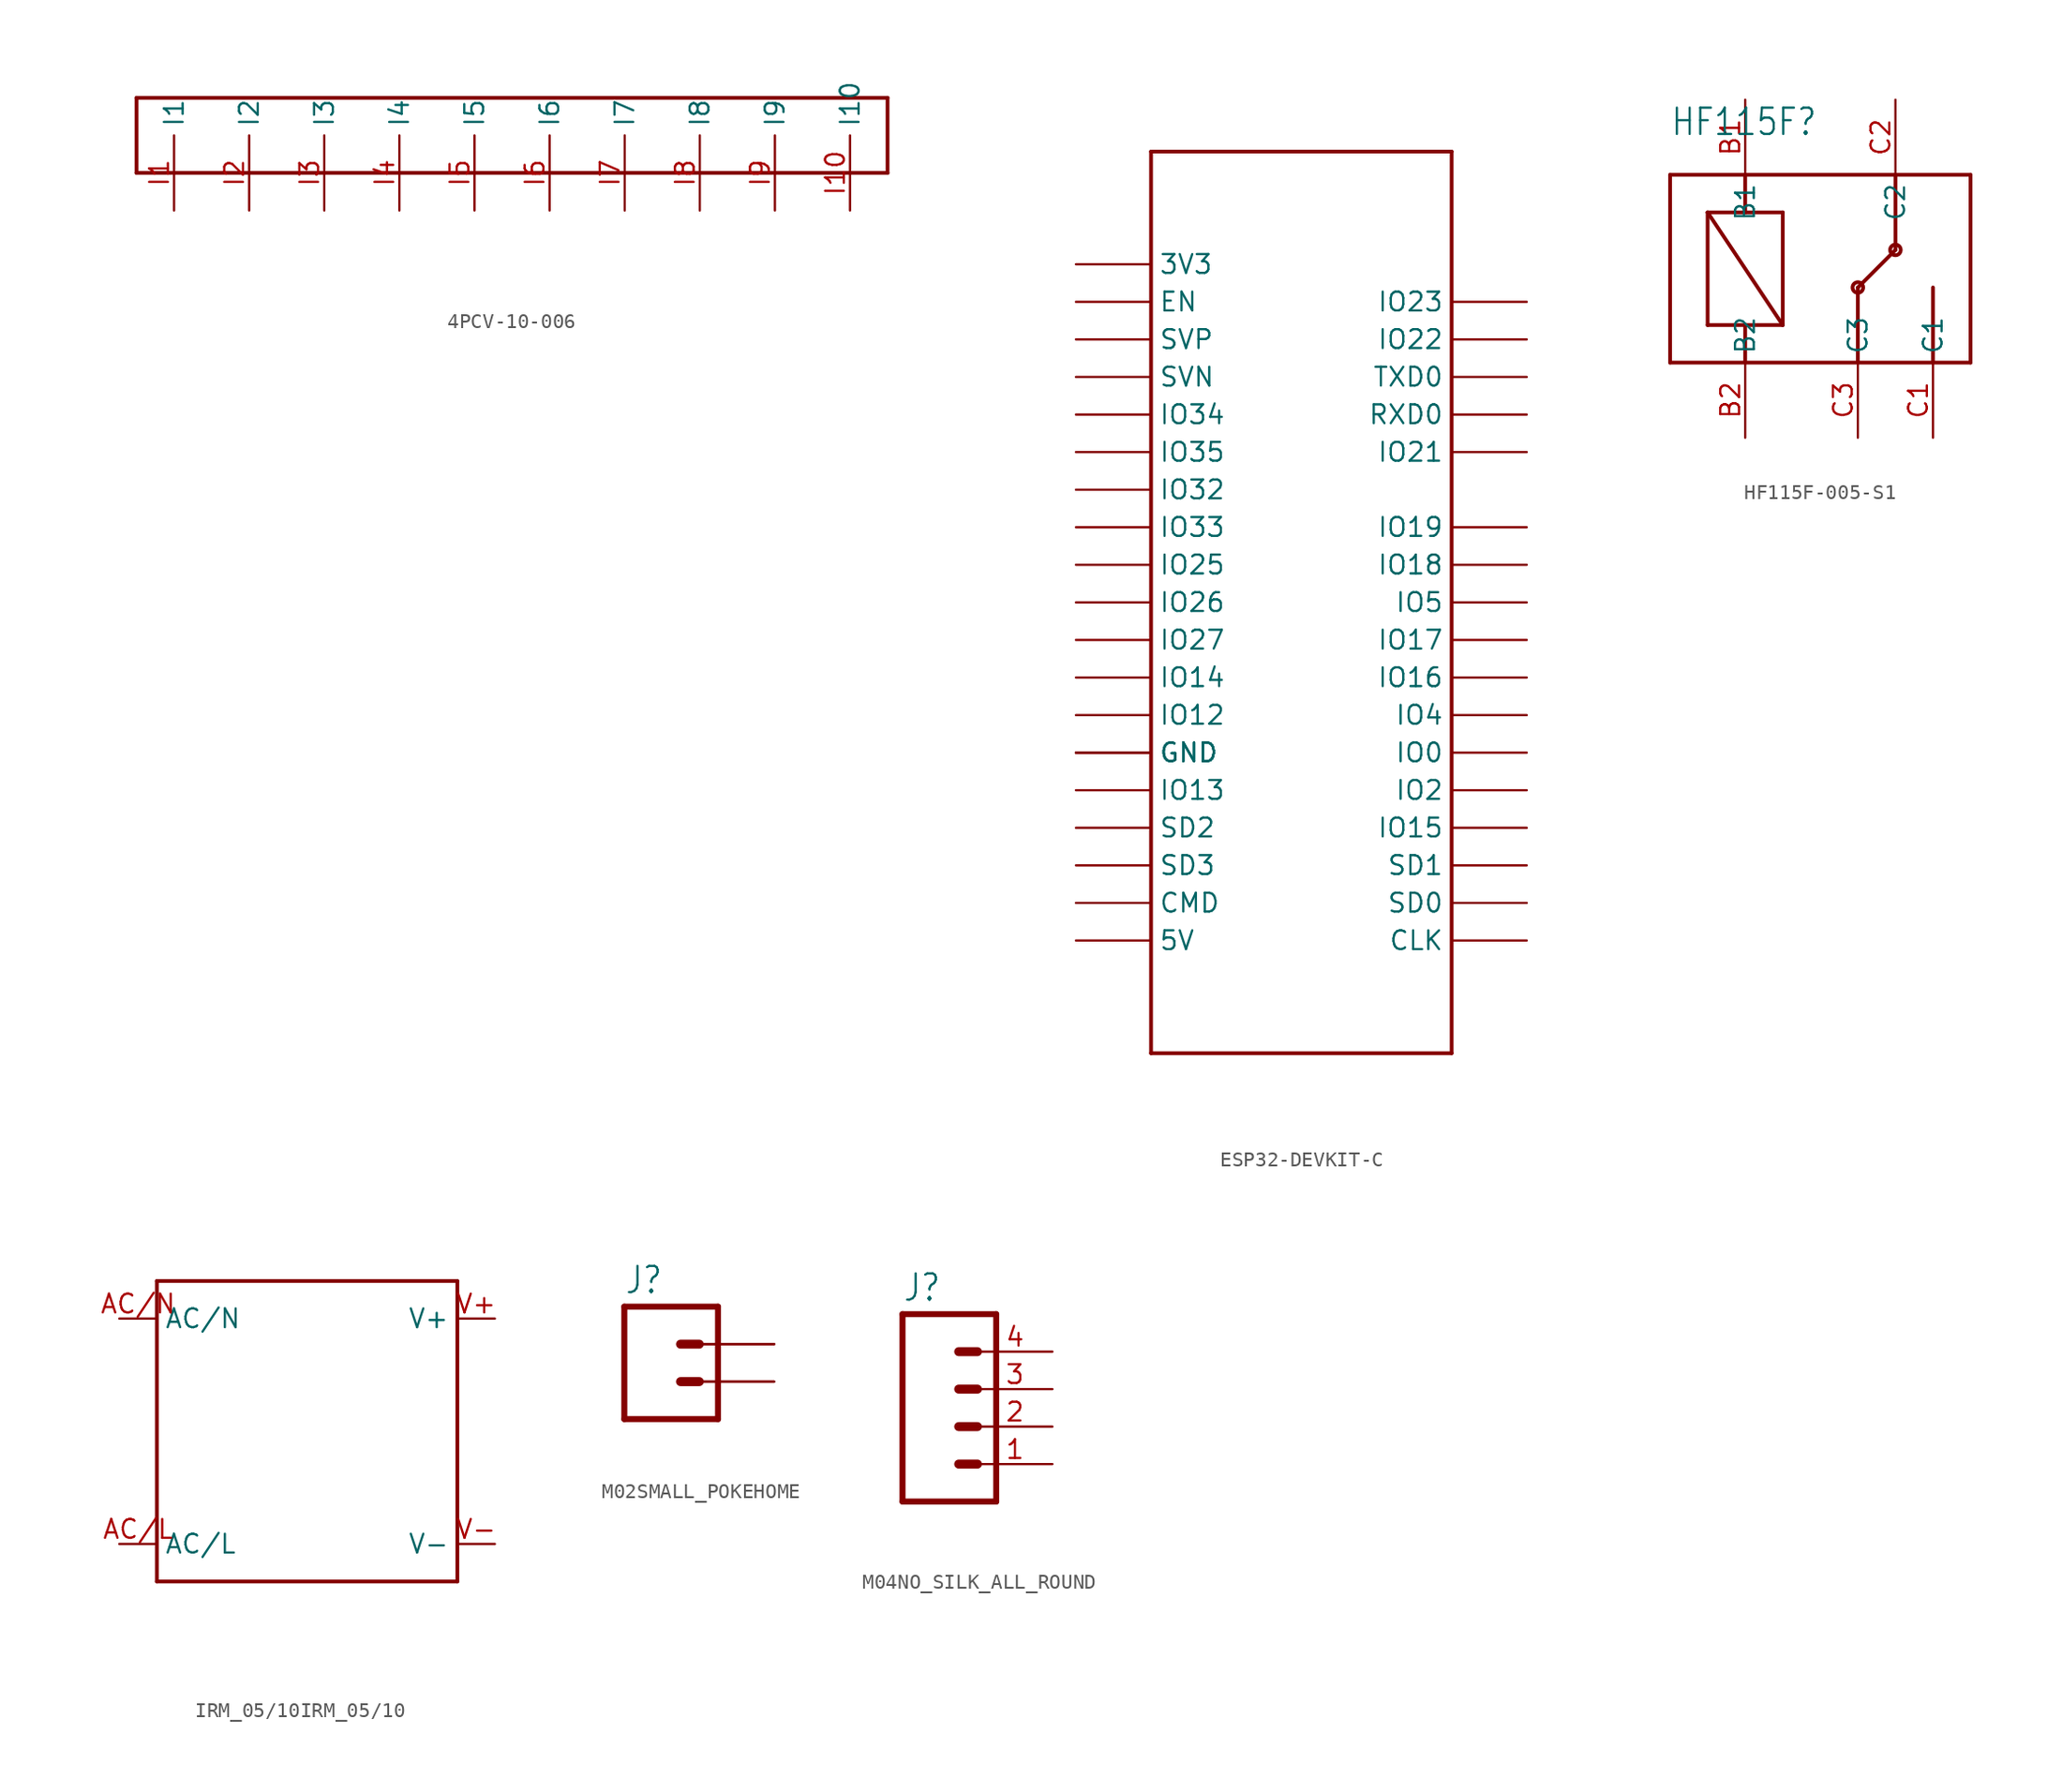
<source format=kicad_sym>
(kicad_symbol_lib
  (version 20220914)
  (generator kicad_symbol_editor)
  (symbol "4PCV-10-006"
    (property "Reference" ""
      (at -25.4 2.54 0)
      (effects (font (size 1.778 1.511)) (justify left bottom) hide))
    (property "Value" ""
      (at -25.4 -12.7 0)
      (effects (font (size 1.778 1.511)) (justify left bottom)))
    (property "ki_locked" ""
      (at 0 0 0)
      (effects (font (size 1.27 1.27))))
    (symbol "4PCV-10-006_1_0"
      (polyline (pts (xy -25.4 -5.08) (xy -25.4 0)) (stroke (width 0.254) (type solid)) (fill (type none)))
      (polyline (pts (xy -25.4 0) (xy 25.4 0)) (stroke (width 0.254) (type solid)) (fill (type none)))
      (polyline (pts (xy 25.4 -5.08) (xy -25.4 -5.08)) (stroke (width 0.254) (type solid)) (fill (type none)))
      (polyline (pts (xy 25.4 0) (xy 25.4 -5.08)) (stroke (width 0.254) (type solid)) (fill (type none)))
      (pin bidirectional line (at -22.86 -7.62 90) (length 5.08) (name "I1" (effects (font (size 1.27 1.27)))) (number "I1" (effects (font (size 1.27 1.27)))))
      (pin bidirectional line (at 22.86 -7.62 90) (length 5.08) (name "I10" (effects (font (size 1.27 1.27)))) (number "I10" (effects (font (size 1.27 1.27)))))
      (pin bidirectional line (at -17.78 -7.62 90) (length 5.08) (name "I2" (effects (font (size 1.27 1.27)))) (number "I2" (effects (font (size 1.27 1.27)))))
      (pin bidirectional line (at -12.7 -7.62 90) (length 5.08) (name "I3" (effects (font (size 1.27 1.27)))) (number "I3" (effects (font (size 1.27 1.27)))))
      (pin bidirectional line (at -7.62 -7.62 90) (length 5.08) (name "I4" (effects (font (size 1.27 1.27)))) (number "I4" (effects (font (size 1.27 1.27)))))
      (pin bidirectional line (at -2.54 -7.62 90) (length 5.08) (name "I5" (effects (font (size 1.27 1.27)))) (number "I5" (effects (font (size 1.27 1.27)))))
      (pin bidirectional line (at 2.54 -7.62 90) (length 5.08) (name "I6" (effects (font (size 1.27 1.27)))) (number "I6" (effects (font (size 1.27 1.27)))))
      (pin bidirectional line (at 7.62 -7.62 90) (length 5.08) (name "I7" (effects (font (size 1.27 1.27)))) (number "I7" (effects (font (size 1.27 1.27)))))
      (pin bidirectional line (at 12.7 -7.62 90) (length 5.08) (name "I8" (effects (font (size 1.27 1.27)))) (number "I8" (effects (font (size 1.27 1.27)))))
      (pin bidirectional line (at 17.78 -7.62 90) (length 5.08) (name "I9" (effects (font (size 1.27 1.27)))) (number "I9" (effects (font (size 1.27 1.27)))))))
  (symbol "ESP32-DEVKIT-C"
    (property "Reference" ""
      (at 0 5.08 0)
      (effects (font (size 1.778 1.511)) (justify left bottom) hide))
    (property "Value" ""
      (at 0 -50.8 0)
      (effects (font (size 1.778 1.511)) (justify left bottom)))
    (property "ki_locked" ""
      (at 0 0 0)
      (effects (font (size 1.27 1.27))))
    (symbol "ESP32-DEVKIT-C_1_0"
      (polyline (pts (xy -2.54 -53.34) (xy -2.54 7.62)) (stroke (width 0.254) (type solid)) (fill (type none)))
      (polyline (pts (xy -2.54 7.62) (xy 17.78 7.62)) (stroke (width 0.254) (type solid)) (fill (type none)))
      (polyline (pts (xy 17.78 -53.34) (xy -2.54 -53.34)) (stroke (width 0.254) (type solid)) (fill (type none)))
      (polyline (pts (xy 17.78 7.62) (xy 17.78 -53.34)) (stroke (width 0.254) (type solid)) (fill (type none)))
      (pin bidirectional line (at -7.62 0 0) (length 5.08) (name "3V3" (effects (font (size 1.27 1.27)))) (number "3V3" (effects (font (size 0 0)))))
      (pin bidirectional line (at -7.62 -45.72 0) (length 5.08) (name "5V" (effects (font (size 1.27 1.27)))) (number "5V" (effects (font (size 0 0)))))
      (pin bidirectional line (at 22.86 -45.72 180) (length 5.08) (name "CLK" (effects (font (size 1.27 1.27)))) (number "CLK" (effects (font (size 0 0)))))
      (pin bidirectional line (at -7.62 -43.18 0) (length 5.08) (name "CMD" (effects (font (size 1.27 1.27)))) (number "CMD" (effects (font (size 0 0)))))
      (pin bidirectional line (at -7.62 -2.54 0) (length 5.08) (name "EN" (effects (font (size 1.27 1.27)))) (number "EN" (effects (font (size 0 0)))))
      (pin bidirectional line (at -7.62 -33.02 0) (length 5.08) (name "GND" (effects (font (size 1.27 1.27)))) (number "GND" (effects (font (size 0 0)))))
      (pin bidirectional line (at -7.62 -33.02 0) (length 5.08) (name "GND" (effects (font (size 1.27 1.27)))) (number "GND2" (effects (font (size 0 0)))))
      (pin bidirectional line (at -7.62 -33.02 0) (length 5.08) (name "GND" (effects (font (size 1.27 1.27)))) (number "GND3" (effects (font (size 0 0)))))
      (pin bidirectional line (at 22.86 -33.02 180) (length 5.08) (name "IO0" (effects (font (size 1.27 1.27)))) (number "IO0" (effects (font (size 0 0)))))
      (pin bidirectional line (at -7.62 -30.48 0) (length 5.08) (name "IO12" (effects (font (size 1.27 1.27)))) (number "IO12" (effects (font (size 0 0)))))
      (pin bidirectional line (at -7.62 -35.56 0) (length 5.08) (name "IO13" (effects (font (size 1.27 1.27)))) (number "IO13" (effects (font (size 0 0)))))
      (pin bidirectional line (at -7.62 -27.94 0) (length 5.08) (name "IO14" (effects (font (size 1.27 1.27)))) (number "IO14" (effects (font (size 0 0)))))
      (pin bidirectional line (at 22.86 -38.1 180) (length 5.08) (name "IO15" (effects (font (size 1.27 1.27)))) (number "IO15" (effects (font (size 0 0)))))
      (pin bidirectional line (at 22.86 -27.94 180) (length 5.08) (name "IO16" (effects (font (size 1.27 1.27)))) (number "IO16" (effects (font (size 0 0)))))
      (pin bidirectional line (at 22.86 -25.4 180) (length 5.08) (name "IO17" (effects (font (size 1.27 1.27)))) (number "IO17" (effects (font (size 0 0)))))
      (pin bidirectional line (at 22.86 -20.32 180) (length 5.08) (name "IO18" (effects (font (size 1.27 1.27)))) (number "IO18" (effects (font (size 0 0)))))
      (pin bidirectional line (at 22.86 -17.78 180) (length 5.08) (name "IO19" (effects (font (size 1.27 1.27)))) (number "IO19" (effects (font (size 0 0)))))
      (pin bidirectional line (at 22.86 -35.56 180) (length 5.08) (name "IO2" (effects (font (size 1.27 1.27)))) (number "IO2" (effects (font (size 0 0)))))
      (pin bidirectional line (at 22.86 -12.7 180) (length 5.08) (name "IO21" (effects (font (size 1.27 1.27)))) (number "IO21" (effects (font (size 0 0)))))
      (pin bidirectional line (at 22.86 -5.08 180) (length 5.08) (name "IO22" (effects (font (size 1.27 1.27)))) (number "IO22" (effects (font (size 0 0)))))
      (pin bidirectional line (at 22.86 -2.54 180) (length 5.08) (name "IO23" (effects (font (size 1.27 1.27)))) (number "IO23" (effects (font (size 0 0)))))
      (pin bidirectional line (at -7.62 -20.32 0) (length 5.08) (name "IO25" (effects (font (size 1.27 1.27)))) (number "IO25" (effects (font (size 0 0)))))
      (pin bidirectional line (at -7.62 -22.86 0) (length 5.08) (name "IO26" (effects (font (size 1.27 1.27)))) (number "IO26" (effects (font (size 0 0)))))
      (pin bidirectional line (at -7.62 -25.4 0) (length 5.08) (name "IO27" (effects (font (size 1.27 1.27)))) (number "IO27" (effects (font (size 0 0)))))
      (pin bidirectional line (at -7.62 -15.24 0) (length 5.08) (name "IO32" (effects (font (size 1.27 1.27)))) (number "IO32" (effects (font (size 0 0)))))
      (pin bidirectional line (at -7.62 -17.78 0) (length 5.08) (name "IO33" (effects (font (size 1.27 1.27)))) (number "IO33" (effects (font (size 0 0)))))
      (pin bidirectional line (at -7.62 -10.16 0) (length 5.08) (name "IO34" (effects (font (size 1.27 1.27)))) (number "IO34" (effects (font (size 0 0)))))
      (pin bidirectional line (at -7.62 -12.7 0) (length 5.08) (name "IO35" (effects (font (size 1.27 1.27)))) (number "IO35" (effects (font (size 0 0)))))
      (pin bidirectional line (at 22.86 -30.48 180) (length 5.08) (name "IO4" (effects (font (size 1.27 1.27)))) (number "IO4" (effects (font (size 0 0)))))
      (pin bidirectional line (at 22.86 -22.86 180) (length 5.08) (name "IO5" (effects (font (size 1.27 1.27)))) (number "IO5" (effects (font (size 0 0)))))
      (pin bidirectional line (at 22.86 -10.16 180) (length 5.08) (name "RXD0" (effects (font (size 1.27 1.27)))) (number "RXD0" (effects (font (size 0 0)))))
      (pin bidirectional line (at 22.86 -43.18 180) (length 5.08) (name "SD0" (effects (font (size 1.27 1.27)))) (number "SD0" (effects (font (size 0 0)))))
      (pin bidirectional line (at 22.86 -40.64 180) (length 5.08) (name "SD1" (effects (font (size 1.27 1.27)))) (number "SD1" (effects (font (size 0 0)))))
      (pin bidirectional line (at -7.62 -38.1 0) (length 5.08) (name "SD2" (effects (font (size 1.27 1.27)))) (number "SD2" (effects (font (size 0 0)))))
      (pin bidirectional line (at -7.62 -40.64 0) (length 5.08) (name "SD3" (effects (font (size 1.27 1.27)))) (number "SD3" (effects (font (size 0 0)))))
      (pin bidirectional line (at -7.62 -7.62 0) (length 5.08) (name "SVN" (effects (font (size 1.27 1.27)))) (number "SVN" (effects (font (size 0 0)))))
      (pin bidirectional line (at -7.62 -5.08 0) (length 5.08) (name "SVP" (effects (font (size 1.27 1.27)))) (number "SVP" (effects (font (size 0 0)))))
      (pin bidirectional line (at 22.86 -7.62 180) (length 5.08) (name "TXD0" (effects (font (size 1.27 1.27)))) (number "TXD0" (effects (font (size 0 0)))))))
  (symbol "HF115F-005-S1"
    (property "Reference" "HF115F"
      (at 0 15.24 0)
      (effects (font (size 1.778 1.511)) (justify left bottom)))
    (property "Value" ""
      (at 0 -2.54 0)
      (effects (font (size 1.778 1.511)) (justify left bottom)))
    (property "ki_locked" ""
      (at 0 0 0)
      (effects (font (size 1.27 1.27))))
    (symbol "HF115F-005-S1_1_0"
      (polyline (pts (xy 0 0) (xy 0 12.7)) (stroke (width 0.254) (type solid)) (fill (type none)))
      (polyline (pts (xy 0 12.7) (xy 5.08 12.7)) (stroke (width 0.254) (type solid)) (fill (type none)))
      (polyline (pts (xy 2.54 2.54) (xy 2.54 10.16)) (stroke (width 0.254) (type solid)) (fill (type none)))
      (polyline (pts (xy 2.54 10.16) (xy 5.08 10.16)) (stroke (width 0.254) (type solid)) (fill (type none)))
      (polyline (pts (xy 2.54 10.16) (xy 7.62 2.54)) (stroke (width 0.254) (type solid)) (fill (type none)))
      (polyline (pts (xy 5.08 0) (xy 0 0)) (stroke (width 0.254) (type solid)) (fill (type none)))
      (polyline (pts (xy 5.08 2.54) (xy 2.54 2.54)) (stroke (width 0.254) (type solid)) (fill (type none)))
      (polyline (pts (xy 5.08 2.54) (xy 5.08 0)) (stroke (width 0.254) (type solid)) (fill (type none)))
      (polyline (pts (xy 5.08 10.16) (xy 7.62 10.16)) (stroke (width 0.254) (type solid)) (fill (type none)))
      (polyline (pts (xy 5.08 12.7) (xy 5.08 10.16)) (stroke (width 0.254) (type solid)) (fill (type none)))
      (polyline (pts (xy 5.08 12.7) (xy 15.24 12.7)) (stroke (width 0.254) (type solid)) (fill (type none)))
      (polyline (pts (xy 7.62 2.54) (xy 5.08 2.54)) (stroke (width 0.254) (type solid)) (fill (type none)))
      (polyline (pts (xy 7.62 10.16) (xy 7.62 2.54)) (stroke (width 0.254) (type solid)) (fill (type none)))
      (polyline (pts (xy 12.7 0) (xy 5.08 0)) (stroke (width 0.254) (type solid)) (fill (type none)))
      (polyline (pts (xy 12.7 0) (xy 12.7 5.08)) (stroke (width 0.254) (type solid)) (fill (type none)))
      (polyline (pts (xy 15.24 7.62) (xy 12.7 5.08)) (stroke (width 0.254) (type solid)) (fill (type none)))
      (polyline (pts (xy 15.24 12.7) (xy 15.24 7.62)) (stroke (width 0.254) (type solid)) (fill (type none)))
      (polyline (pts (xy 15.24 12.7) (xy 20.32 12.7)) (stroke (width 0.254) (type solid)) (fill (type none)))
      (polyline (pts (xy 17.78 0) (xy 12.7 0)) (stroke (width 0.254) (type solid)) (fill (type none)))
      (polyline (pts (xy 17.78 0) (xy 17.78 5.08)) (stroke (width 0.254) (type solid)) (fill (type none)))
      (polyline (pts (xy 20.32 0) (xy 17.78 0)) (stroke (width 0.254) (type solid)) (fill (type none)))
      (polyline (pts (xy 20.32 12.7) (xy 20.32 0)) (stroke (width 0.254) (type solid)) (fill (type none)))
      (circle (center 12.7 5.08) (radius 0.359) (stroke (width 0.254) (type solid)) (fill (type none)))
      (circle (center 15.24 7.62) (radius 0.359) (stroke (width 0.254) (type solid)) (fill (type none)))
      (pin bidirectional line (at 5.08 17.78 270) (length 5.08) (name "B1" (effects (font (size 1.27 1.27)))) (number "B1" (effects (font (size 1.27 1.27)))))
      (pin bidirectional line (at 5.08 -5.08 90) (length 5.08) (name "B2" (effects (font (size 1.27 1.27)))) (number "B2" (effects (font (size 1.27 1.27)))))
      (pin bidirectional line (at 17.78 -5.08 90) (length 5.08) (name "C1" (effects (font (size 1.27 1.27)))) (number "C1" (effects (font (size 1.27 1.27)))))
      (pin bidirectional line (at 15.24 17.78 270) (length 5.08) (name "C2" (effects (font (size 1.27 1.27)))) (number "C2" (effects (font (size 1.27 1.27)))))
      (pin bidirectional line (at 12.7 -5.08 90) (length 5.08) (name "C3" (effects (font (size 1.27 1.27)))) (number "C3" (effects (font (size 1.27 1.27)))))))
  (symbol "IRM_05/10IRM_05/10"
    (property "Reference" ""
      (at -7.62 12.7 0)
      (effects (font (size 1.778 1.511)) (justify left bottom) hide))
    (property "Value" ""
      (at -7.62 -15.24 0)
      (effects (font (size 1.778 1.511)) (justify left bottom)))
    (property "ki_locked" ""
      (at 0 0 0)
      (effects (font (size 1.27 1.27))))
    (symbol "IRM_05/10IRM_05/10_1_0"
      (polyline (pts (xy -10.16 -10.16) (xy 10.16 -10.16)) (stroke (width 0.254) (type solid)) (fill (type none)))
      (polyline (pts (xy -10.16 10.16) (xy -10.16 -10.16)) (stroke (width 0.254) (type solid)) (fill (type none)))
      (polyline (pts (xy 10.16 -10.16) (xy 10.16 10.16)) (stroke (width 0.254) (type solid)) (fill (type none)))
      (polyline (pts (xy 10.16 10.16) (xy -10.16 10.16)) (stroke (width 0.254) (type solid)) (fill (type none)))
      (pin input line (at -12.7 -7.62 0) (length 2.54) (name "AC/L" (effects (font (size 1.27 1.27)))) (number "AC/L" (effects (font (size 1.27 1.27)))))
      (pin input line (at -12.7 7.62 0) (length 2.54) (name "AC/N" (effects (font (size 1.27 1.27)))) (number "AC/N" (effects (font (size 1.27 1.27)))))
      (pin output line (at 12.7 7.62 180) (length 2.54) (name "V+" (effects (font (size 1.27 1.27)))) (number "V+" (effects (font (size 1.27 1.27)))))
      (pin output line (at 12.7 -7.62 180) (length 2.54) (name "V-" (effects (font (size 1.27 1.27)))) (number "V-" (effects (font (size 1.27 1.27)))))))
  (symbol "M02SMALL_POKEHOME"
    (property "Reference" "J"
      (at -2.54 5.842 0)
      (effects (font (size 1.778 1.511)) (justify left bottom)))
    (property "Value" ""
      (at -2.54 -5.08 0)
      (effects (font (size 1.778 1.511)) (justify left bottom)))
    (property "ki_locked" ""
      (at 0 0 0)
      (effects (font (size 1.27 1.27))))
    (symbol "M02SMALL_POKEHOME_1_0"
      (polyline (pts (xy -2.54 5.08) (xy -2.54 -2.54)) (stroke (width 0.406) (type solid)) (fill (type none)))
      (polyline (pts (xy -2.54 5.08) (xy 3.81 5.08)) (stroke (width 0.406) (type solid)) (fill (type none)))
      (polyline (pts (xy 1.27 0) (xy 2.54 0)) (stroke (width 0.61) (type solid)) (fill (type none)))
      (polyline (pts (xy 1.27 2.54) (xy 2.54 2.54)) (stroke (width 0.61) (type solid)) (fill (type none)))
      (polyline (pts (xy 3.81 -2.54) (xy -2.54 -2.54)) (stroke (width 0.406) (type solid)) (fill (type none)))
      (polyline (pts (xy 3.81 -2.54) (xy 3.81 5.08)) (stroke (width 0.406) (type solid)) (fill (type none)))
      (pin passive line (at 7.62 0 180) (length 5.08) (name "1" (effects (font (size 0 0)))) (number "P1" (effects (font (size 0 0)))))
      (pin passive line (at 7.62 2.54 180) (length 5.08) (name "2" (effects (font (size 0 0)))) (number "P2" (effects (font (size 0 0)))))
      (pin passive line (at 7.62 0 180) (length 5.08) (name "1" (effects (font (size 0 0)))) (number "P3" (effects (font (size 0 0)))))
      (pin passive line (at 7.62 2.54 180) (length 5.08) (name "2" (effects (font (size 0 0)))) (number "P4" (effects (font (size 0 0)))))))
  (symbol "M04NO_SILK_ALL_ROUND"
    (property "Reference" "J"
      (at -5.08 8.382 0)
      (effects (font (size 1.778 1.511)) (justify left bottom)))
    (property "Value" ""
      (at -5.08 -7.62 0)
      (effects (font (size 1.778 1.511)) (justify left bottom)))
    (property "ki_locked" ""
      (at 0 0 0)
      (effects (font (size 1.27 1.27))))
    (symbol "M04NO_SILK_ALL_ROUND_1_0"
      (polyline (pts (xy -5.08 7.62) (xy -5.08 -5.08)) (stroke (width 0.406) (type solid)) (fill (type none)))
      (polyline (pts (xy -5.08 7.62) (xy 1.27 7.62)) (stroke (width 0.406) (type solid)) (fill (type none)))
      (polyline (pts (xy -1.27 -2.54) (xy 0 -2.54)) (stroke (width 0.61) (type solid)) (fill (type none)))
      (polyline (pts (xy -1.27 0) (xy 0 0)) (stroke (width 0.61) (type solid)) (fill (type none)))
      (polyline (pts (xy -1.27 2.54) (xy 0 2.54)) (stroke (width 0.61) (type solid)) (fill (type none)))
      (polyline (pts (xy -1.27 5.08) (xy 0 5.08)) (stroke (width 0.61) (type solid)) (fill (type none)))
      (polyline (pts (xy 1.27 -5.08) (xy -5.08 -5.08)) (stroke (width 0.406) (type solid)) (fill (type none)))
      (polyline (pts (xy 1.27 -5.08) (xy 1.27 7.62)) (stroke (width 0.406) (type solid)) (fill (type none)))
      (pin passive line (at 5.08 -2.54 180) (length 5.08) (name "1" (effects (font (size 0 0)))) (number "1" (effects (font (size 1.27 1.27)))))
      (pin passive line (at 5.08 0 180) (length 5.08) (name "2" (effects (font (size 0 0)))) (number "2" (effects (font (size 1.27 1.27)))))
      (pin passive line (at 5.08 2.54 180) (length 5.08) (name "3" (effects (font (size 0 0)))) (number "3" (effects (font (size 1.27 1.27)))))
      (pin passive line (at 5.08 5.08 180) (length 5.08) (name "4" (effects (font (size 0 0)))) (number "4" (effects (font (size 1.27 1.27))))))))
</source>
